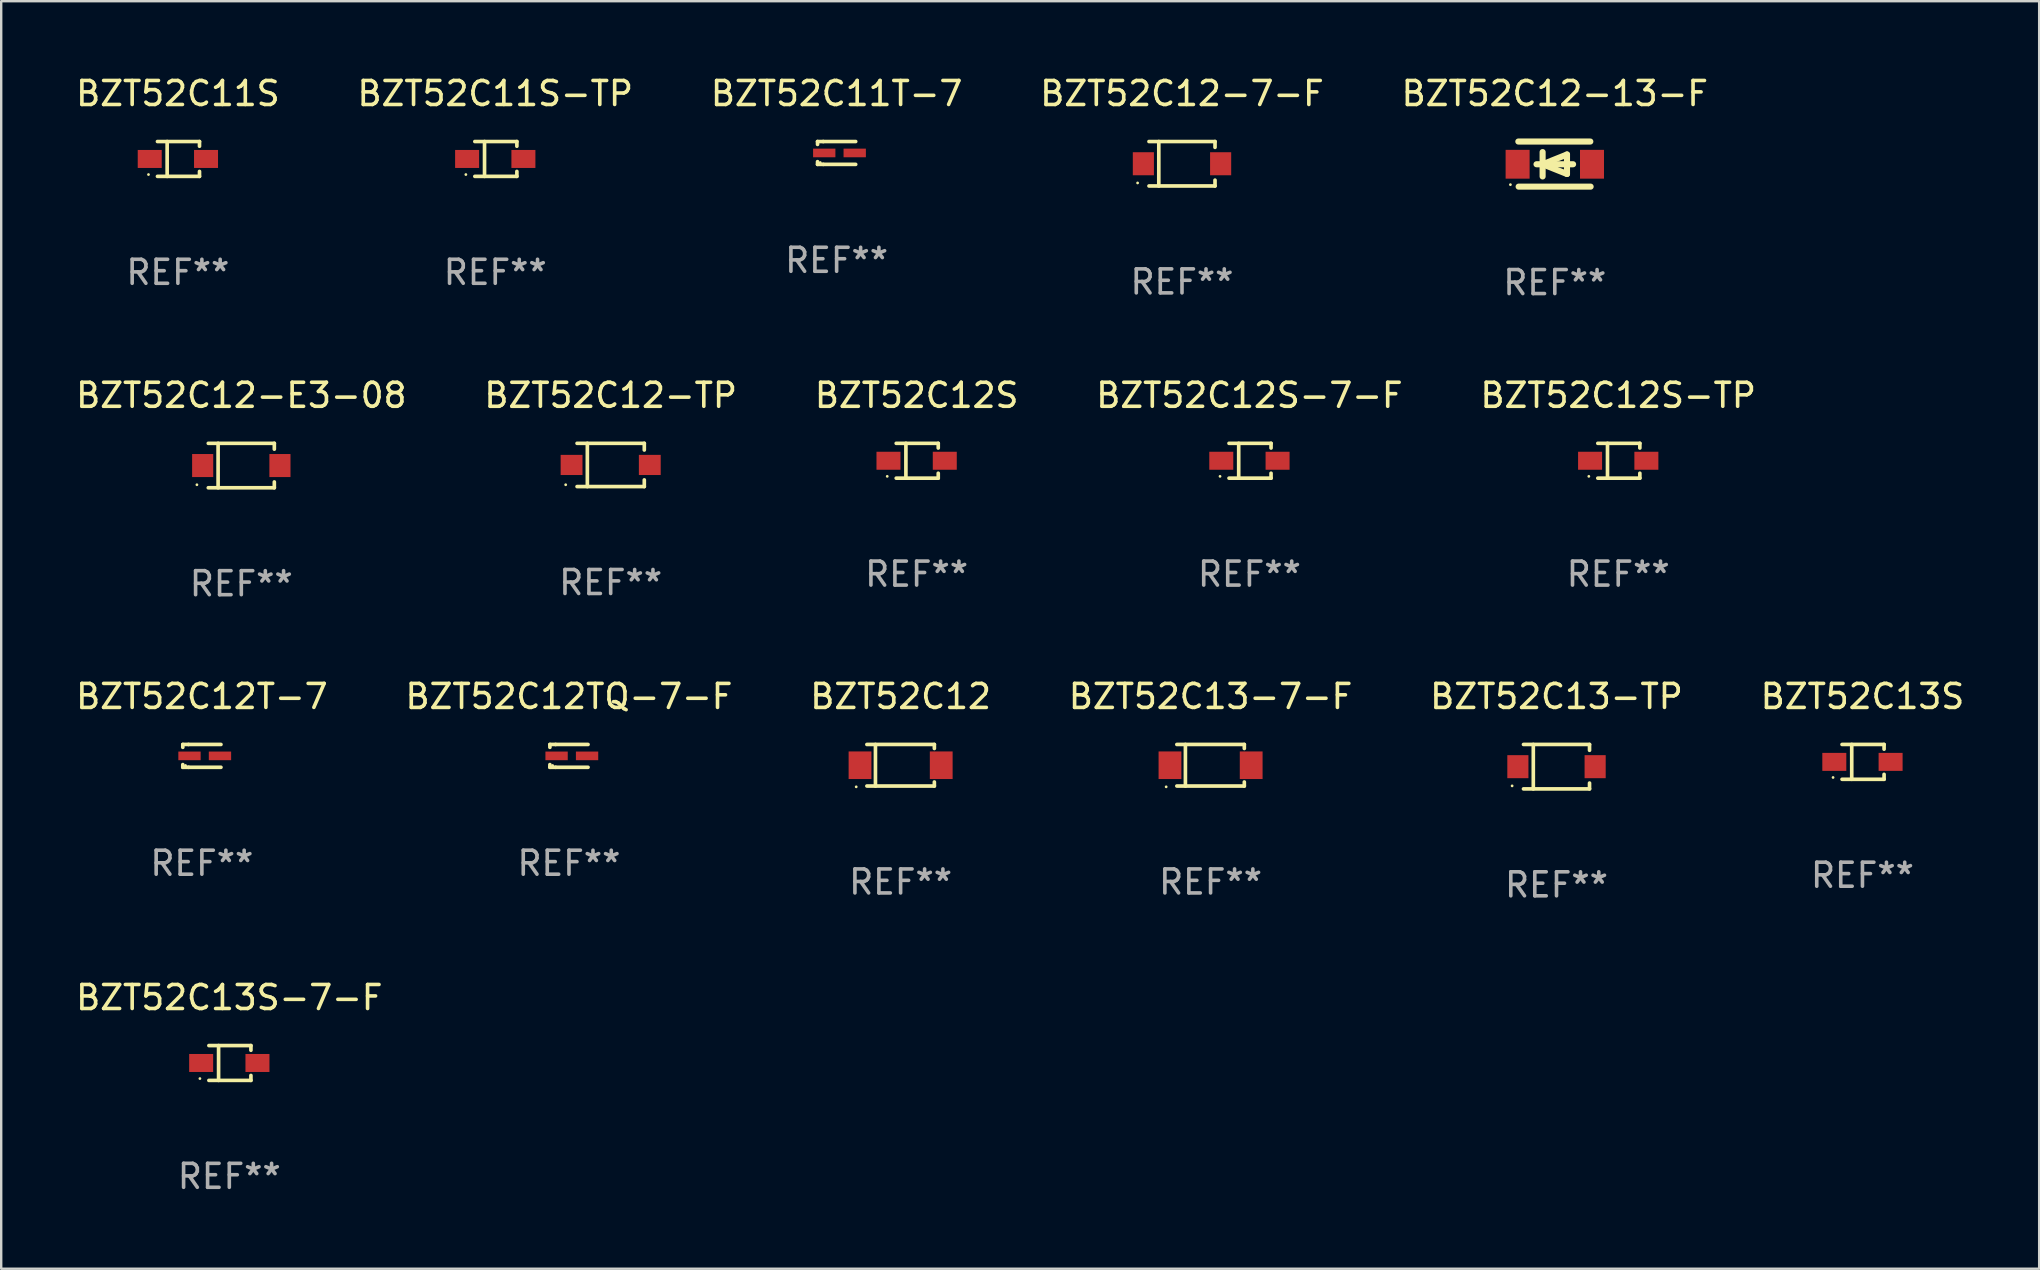
<source format=kicad_pcb>
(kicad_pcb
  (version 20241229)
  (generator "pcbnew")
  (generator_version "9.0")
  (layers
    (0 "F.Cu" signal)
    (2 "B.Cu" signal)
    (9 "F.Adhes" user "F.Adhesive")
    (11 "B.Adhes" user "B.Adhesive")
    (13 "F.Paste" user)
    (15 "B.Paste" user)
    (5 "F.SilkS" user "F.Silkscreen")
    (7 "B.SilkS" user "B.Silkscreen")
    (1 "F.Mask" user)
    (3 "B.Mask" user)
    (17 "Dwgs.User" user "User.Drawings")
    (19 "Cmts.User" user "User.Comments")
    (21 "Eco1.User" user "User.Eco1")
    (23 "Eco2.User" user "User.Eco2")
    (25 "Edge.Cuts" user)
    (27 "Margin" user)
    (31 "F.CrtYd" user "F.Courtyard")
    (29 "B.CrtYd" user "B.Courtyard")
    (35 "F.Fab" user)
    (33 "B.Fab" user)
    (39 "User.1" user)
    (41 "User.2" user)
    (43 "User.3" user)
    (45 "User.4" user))
  (footprint "BZT52C13-TP"
    (layer "F.Cu")
    (at 61.815 28.9)
    (property "Reference" "BZT52C13-TP" (at 0 -2.926 0) (layer "F.SilkS") (effects (font (size 1 1) (thickness 0.15))))
    (attr through_hole)
    (fp_line (start -1.376 -0.926) (end 1.376 -0.926) (stroke (width 0.152) (type solid)) (layer "F.SilkS"))
    (fp_line (start -1.376 0.926) (end 1.376 0.926) (stroke (width 0.152) (type solid)) (layer "F.SilkS"))
    (fp_line (start -0.967 -0.926) (end -0.967 0.926) (stroke (width 0.152) (type solid)) (layer "F.SilkS"))
    (fp_line (start 1.376 -0.926) (end 1.376 -0.683) (stroke (width 0.152) (type solid)) (layer "F.SilkS"))
    (fp_line (start 1.376 0.926) (end 1.376 0.683) (stroke (width 0.152) (type solid)) (layer "F.SilkS"))
    (fp_circle (center -1.85 0.8) (end -1.82 0.8) (stroke (width 0.06) (type solid)) (fill no) (layer "F.SilkS"))
    (fp_text user "REF**" (at 0 4.926 0) (layer "F.Fab") (effects (font (size 1 1) (thickness 0.15))))
    (pad "1" smd rect (at -1.61 0) (size 0.88 0.96) (layers "F.Cu" "F.Mask" "F.Paste"))
    (pad "2" smd rect (at 1.61 0) (size 0.88 0.96) (layers "F.Cu" "F.Mask" "F.Paste")))
  (footprint "BZT52C13S-7-F"
    (layer "F.Cu")
    (at 6.506 41.248)
    (property "Reference" "BZT52C13S-7-F" (at 0 -2.726 0) (layer "F.SilkS") (effects (font (size 1 1) (thickness 0.15))))
    (attr through_hole)
    (fp_line (start -0.851 -0.726) (end 0.901 -0.726) (stroke (width 0.152) (type solid)) (layer "F.SilkS"))
    (fp_line (start -0.851 0.726) (end 0.901 0.726) (stroke (width 0.152) (type solid)) (layer "F.SilkS"))
    (fp_line (start -0.447 -0.726) (end -0.447 0.726) (stroke (width 0.152) (type solid)) (layer "F.SilkS"))
    (fp_line (start 0.901 -0.726) (end 0.901 -0.53) (stroke (width 0.152) (type solid)) (layer "F.SilkS"))
    (fp_line (start 0.901 0.726) (end 0.901 0.52) (stroke (width 0.152) (type solid)) (layer "F.SilkS"))
    (fp_circle (center -1.225 0.65) (end -1.195 0.65) (stroke (width 0.06) (type solid)) (fill no) (layer "F.SilkS"))
    (fp_text user "REF**" (at 0 4.726 0) (layer "F.Fab") (effects (font (size 1 1) (thickness 0.15))))
    (pad "1" smd rect (at -1.173 0) (size 1 0.75) (layers "F.Cu" "F.Mask" "F.Paste"))
    (pad "2" smd rect (at 1.173 0) (size 1 0.75) (layers "F.Cu" "F.Mask" "F.Paste")))
  (footprint "BZT52C12T-7"
    (layer "F.Cu")
    (at 5.363 28.45)
    (property "Reference" "BZT52C12T-7" (at 0 -2.476 0) (layer "F.SilkS") (effects (font (size 1 1) (thickness 0.15))))
    (attr through_hole)
    (fp_line (start -0.795 -0.476) (end -0.795 -0.356) (stroke (width 0.152) (type solid)) (layer "F.SilkS"))
    (fp_line (start -0.795 0.363) (end -0.795 0.476) (stroke (width 0.152) (type solid)) (layer "F.SilkS"))
    (fp_line (start -0.795 0.476) (end -0.557 0.476) (stroke (width 0.152) (type solid)) (layer "F.SilkS"))
    (fp_line (start -0.557 -0.476) (end -0.795 -0.476) (stroke (width 0.152) (type solid)) (layer "F.SilkS"))
    (fp_line (start -0.557 -0.476) (end 0.795 -0.476) (stroke (width 0.152) (type solid)) (layer "F.SilkS"))
    (fp_line (start -0.557 0.476) (end 0.795 0.476) (stroke (width 0.152) (type solid)) (layer "F.SilkS"))
    (fp_circle (center -0.681 0.4) (end -0.651 0.4) (stroke (width 0.06) (type solid)) (fill no) (layer "F.SilkS"))
    (fp_text user "REF**" (at 0 4.476 0) (layer "F.Fab") (effects (font (size 1 1) (thickness 0.15))))
    (pad "1" smd rect (at -0.516 0 180) (size 0.93 0.36) (layers "F.Cu" "F.Mask" "F.Paste"))
    (pad "2" smd rect (at 0.754 0 180) (size 0.93 0.36) (layers "F.Cu" "F.Mask" "F.Paste")))
  (footprint "BZT52C11T-7"
    (layer "F.Cu")
    (at 31.815 3.324)
    (property "Reference" "BZT52C11T-7" (at 0 -2.476 0) (layer "F.SilkS") (effects (font (size 1 1) (thickness 0.15))))
    (attr through_hole)
    (fp_line (start -0.795 -0.476) (end -0.795 -0.356) (stroke (width 0.152) (type solid)) (layer "F.SilkS"))
    (fp_line (start -0.795 0.363) (end -0.795 0.476) (stroke (width 0.152) (type solid)) (layer "F.SilkS"))
    (fp_line (start -0.795 0.476) (end -0.557 0.476) (stroke (width 0.152) (type solid)) (layer "F.SilkS"))
    (fp_line (start -0.557 -0.476) (end -0.795 -0.476) (stroke (width 0.152) (type solid)) (layer "F.SilkS"))
    (fp_line (start -0.557 -0.476) (end 0.795 -0.476) (stroke (width 0.152) (type solid)) (layer "F.SilkS"))
    (fp_line (start -0.557 0.476) (end 0.795 0.476) (stroke (width 0.152) (type solid)) (layer "F.SilkS"))
    (fp_circle (center -0.681 0.4) (end -0.651 0.4) (stroke (width 0.06) (type solid)) (fill no) (layer "F.SilkS"))
    (fp_text user "REF**" (at 0 4.476 0) (layer "F.Fab") (effects (font (size 1 1) (thickness 0.15))))
    (pad "1" smd rect (at -0.516 0 180) (size 0.93 0.36) (layers "F.Cu" "F.Mask" "F.Paste"))
    (pad "2" smd rect (at 0.754 0 180) (size 0.93 0.36) (layers "F.Cu" "F.Mask" "F.Paste")))
  (footprint "BZT52C12-E3-08"
    (layer "F.Cu")
    (at 7.006 16.351)
    (property "Reference" "BZT52C12-E3-08" (at 0 -2.926 0) (layer "F.SilkS") (effects (font (size 1 1) (thickness 0.15))))
    (attr through_hole)
    (fp_line (start -1.376 -0.926) (end 1.376 -0.926) (stroke (width 0.152) (type solid)) (layer "F.SilkS"))
    (fp_line (start -1.376 0.926) (end 1.376 0.926) (stroke (width 0.152) (type solid)) (layer "F.SilkS"))
    (fp_line (start -0.967 -0.926) (end -0.967 0.926) (stroke (width 0.152) (type solid)) (layer "F.SilkS"))
    (fp_line (start 1.376 -0.926) (end 1.376 -0.683) (stroke (width 0.152) (type solid)) (layer "F.SilkS"))
    (fp_line (start 1.376 0.926) (end 1.376 0.683) (stroke (width 0.152) (type solid)) (layer "F.SilkS"))
    (fp_circle (center -1.85 0.8) (end -1.82 0.8) (stroke (width 0.06) (type solid)) (fill no) (layer "F.SilkS"))
    (fp_text user "REF**" (at 0 4.926 0) (layer "F.Fab") (effects (font (size 1 1) (thickness 0.15))))
    (pad "1" smd rect (at -1.61 0) (size 0.88 0.96) (layers "F.Cu" "F.Mask" "F.Paste"))
    (pad "2" smd rect (at 1.61 0) (size 0.88 0.96) (layers "F.Cu" "F.Mask" "F.Paste")))
  (footprint "BZT52C12-13-F"
    (layer "F.Cu")
    (at 61.744 3.788)
    (property "Reference" "BZT52C12-13-F" (at 0 -2.94 0) (layer "F.SilkS") (effects (font (size 1 1) (thickness 0.15))))
    (attr through_hole)
    (fp_line (start -1.52 -0.94) (end 1.48 -0.94) (stroke (width 0.254) (type solid)) (layer "F.SilkS"))
    (fp_line (start -1.507 0.94) (end 1.493 0.94) (stroke (width 0.254) (type solid)) (layer "F.SilkS"))
    (fp_line (start -0.762 0.007) (end 0.762 0.007) (stroke (width 0.254) (type solid)) (layer "F.SilkS"))
    (fp_line (start -0.508 -0.501) (end -0.508 0.515) (stroke (width 0.254) (type solid)) (layer "F.SilkS"))
    (fp_line (start -0.508 0.007) (end 0.508 -0.4) (stroke (width 0.254) (type solid)) (layer "F.SilkS"))
    (fp_line (start 0.508 -0.4) (end 0.508 0.413) (stroke (width 0.254) (type solid)) (layer "F.SilkS"))
    (fp_line (start 0.508 0.413) (end -0.508 0.007) (stroke (width 0.254) (type solid)) (layer "F.SilkS"))
    (fp_circle (center -1.85 0.857) (end -1.82 0.857) (stroke (width 0.06) (type solid)) (fill no) (layer "F.SilkS"))
    (fp_text user "REF**" (at 0 4.94 0) (layer "F.Fab") (effects (font (size 1 1) (thickness 0.15))))
    (pad "1" smd rect (at -1.55 0.007) (size 1 1.2) (layers "F.Cu" "F.Mask" "F.Paste"))
    (pad "2" smd rect (at 1.55 0.007) (size 1 1.2) (layers "F.Cu" "F.Mask" "F.Paste")))
  (footprint "BZT52C11S-TP"
    (layer "F.Cu")
    (at 17.589 3.574)
    (property "Reference" "BZT52C11S-TP" (at 0 -2.726 0) (layer "F.SilkS") (effects (font (size 1 1) (thickness 0.15))))
    (attr through_hole)
    (fp_line (start -0.851 -0.726) (end 0.901 -0.726) (stroke (width 0.152) (type solid)) (layer "F.SilkS"))
    (fp_line (start -0.851 0.726) (end 0.901 0.726) (stroke (width 0.152) (type solid)) (layer "F.SilkS"))
    (fp_line (start -0.447 -0.726) (end -0.447 0.726) (stroke (width 0.152) (type solid)) (layer "F.SilkS"))
    (fp_line (start 0.901 -0.726) (end 0.901 -0.53) (stroke (width 0.152) (type solid)) (layer "F.SilkS"))
    (fp_line (start 0.901 0.726) (end 0.901 0.52) (stroke (width 0.152) (type solid)) (layer "F.SilkS"))
    (fp_circle (center -1.225 0.65) (end -1.195 0.65) (stroke (width 0.06) (type solid)) (fill no) (layer "F.SilkS"))
    (fp_text user "REF**" (at 0 4.726 0) (layer "F.Fab") (effects (font (size 1 1) (thickness 0.15))))
    (pad "1" smd rect (at -1.173 0) (size 1 0.75) (layers "F.Cu" "F.Mask" "F.Paste"))
    (pad "2" smd rect (at 1.173 0) (size 1 0.75) (layers "F.Cu" "F.Mask" "F.Paste")))
  (footprint "BZT52C12S-7-F"
    (layer "F.Cu")
    (at 49.018 16.151)
    (property "Reference" "BZT52C12S-7-F" (at 0 -2.726 0) (layer "F.SilkS") (effects (font (size 1 1) (thickness 0.15))))
    (attr through_hole)
    (fp_line (start -0.851 -0.726) (end 0.901 -0.726) (stroke (width 0.152) (type solid)) (layer "F.SilkS"))
    (fp_line (start -0.851 0.726) (end 0.901 0.726) (stroke (width 0.152) (type solid)) (layer "F.SilkS"))
    (fp_line (start -0.447 -0.726) (end -0.447 0.726) (stroke (width 0.152) (type solid)) (layer "F.SilkS"))
    (fp_line (start 0.901 -0.726) (end 0.901 -0.53) (stroke (width 0.152) (type solid)) (layer "F.SilkS"))
    (fp_line (start 0.901 0.726) (end 0.901 0.52) (stroke (width 0.152) (type solid)) (layer "F.SilkS"))
    (fp_circle (center -1.225 0.65) (end -1.195 0.65) (stroke (width 0.06) (type solid)) (fill no) (layer "F.SilkS"))
    (fp_text user "REF**" (at 0 4.726 0) (layer "F.Fab") (effects (font (size 1 1) (thickness 0.15))))
    (pad "1" smd rect (at -1.173 0) (size 1 0.75) (layers "F.Cu" "F.Mask" "F.Paste"))
    (pad "2" smd rect (at 1.173 0) (size 1 0.75) (layers "F.Cu" "F.Mask" "F.Paste")))
  (footprint "BZT52C12-7-F"
    (layer "F.Cu")
    (at 46.208 3.774)
    (property "Reference" "BZT52C12-7-F" (at 0 -2.926 0) (layer "F.SilkS") (effects (font (size 1 1) (thickness 0.15))))
    (attr through_hole)
    (fp_line (start -1.376 -0.926) (end 1.376 -0.926) (stroke (width 0.152) (type solid)) (layer "F.SilkS"))
    (fp_line (start -1.376 0.926) (end 1.376 0.926) (stroke (width 0.152) (type solid)) (layer "F.SilkS"))
    (fp_line (start -0.967 -0.926) (end -0.967 0.926) (stroke (width 0.152) (type solid)) (layer "F.SilkS"))
    (fp_line (start 1.376 -0.926) (end 1.376 -0.683) (stroke (width 0.152) (type solid)) (layer "F.SilkS"))
    (fp_line (start 1.376 0.926) (end 1.376 0.683) (stroke (width 0.152) (type solid)) (layer "F.SilkS"))
    (fp_circle (center -1.85 0.8) (end -1.82 0.8) (stroke (width 0.06) (type solid)) (fill no) (layer "F.SilkS"))
    (fp_text user "REF**" (at 0 4.926 0) (layer "F.Fab") (effects (font (size 1 1) (thickness 0.15))))
    (pad "1" smd rect (at -1.61 0) (size 0.88 0.96) (layers "F.Cu" "F.Mask" "F.Paste"))
    (pad "2" smd rect (at 1.61 0) (size 0.88 0.96) (layers "F.Cu" "F.Mask" "F.Paste")))
  (footprint "BZT52C11S"
    (layer "F.Cu")
    (at 4.363 3.574)
    (property "Reference" "BZT52C11S" (at 0 -2.726 0) (layer "F.SilkS") (effects (font (size 1 1) (thickness 0.15))))
    (attr through_hole)
    (fp_line (start -0.851 -0.726) (end 0.901 -0.726) (stroke (width 0.152) (type solid)) (layer "F.SilkS"))
    (fp_line (start -0.851 0.726) (end 0.901 0.726) (stroke (width 0.152) (type solid)) (layer "F.SilkS"))
    (fp_line (start -0.447 -0.726) (end -0.447 0.726) (stroke (width 0.152) (type solid)) (layer "F.SilkS"))
    (fp_line (start 0.901 -0.726) (end 0.901 -0.53) (stroke (width 0.152) (type solid)) (layer "F.SilkS"))
    (fp_line (start 0.901 0.726) (end 0.901 0.52) (stroke (width 0.152) (type solid)) (layer "F.SilkS"))
    (fp_circle (center -1.225 0.65) (end -1.195 0.65) (stroke (width 0.06) (type solid)) (fill no) (layer "F.SilkS"))
    (fp_text user "REF**" (at 0 4.726 0) (layer "F.Fab") (effects (font (size 1 1) (thickness 0.15))))
    (pad "1" smd rect (at -1.173 0) (size 1 0.75) (layers "F.Cu" "F.Mask" "F.Paste"))
    (pad "2" smd rect (at 1.173 0) (size 1 0.75) (layers "F.Cu" "F.Mask" "F.Paste")))
  (footprint "BZT52C12S"
    (layer "F.Cu")
    (at 35.149 16.151)
    (property "Reference" "BZT52C12S" (at 0 -2.726 0) (layer "F.SilkS") (effects (font (size 1 1) (thickness 0.15))))
    (attr through_hole)
    (fp_line (start -0.851 -0.726) (end 0.901 -0.726) (stroke (width 0.152) (type solid)) (layer "F.SilkS"))
    (fp_line (start -0.851 0.726) (end 0.901 0.726) (stroke (width 0.152) (type solid)) (layer "F.SilkS"))
    (fp_line (start -0.447 -0.726) (end -0.447 0.726) (stroke (width 0.152) (type solid)) (layer "F.SilkS"))
    (fp_line (start 0.901 -0.726) (end 0.901 -0.53) (stroke (width 0.152) (type solid)) (layer "F.SilkS"))
    (fp_line (start 0.901 0.726) (end 0.901 0.52) (stroke (width 0.152) (type solid)) (layer "F.SilkS"))
    (fp_circle (center -1.225 0.65) (end -1.195 0.65) (stroke (width 0.06) (type solid)) (fill no) (layer "F.SilkS"))
    (fp_text user "REF**" (at 0 4.726 0) (layer "F.Fab") (effects (font (size 1 1) (thickness 0.15))))
    (pad "1" smd rect (at -1.173 0) (size 1 0.75) (layers "F.Cu" "F.Mask" "F.Paste"))
    (pad "2" smd rect (at 1.173 0) (size 1 0.75) (layers "F.Cu" "F.Mask" "F.Paste")))
  (footprint "BZT52C12TQ-7-F"
    (layer "F.Cu")
    (at 20.661 28.45)
    (property "Reference" "BZT52C12TQ-7-F" (at 0 -2.476 0) (layer "F.SilkS") (effects (font (size 1 1) (thickness 0.15))))
    (attr through_hole)
    (fp_line (start -0.795 -0.476) (end -0.795 -0.356) (stroke (width 0.152) (type solid)) (layer "F.SilkS"))
    (fp_line (start -0.795 0.363) (end -0.795 0.476) (stroke (width 0.152) (type solid)) (layer "F.SilkS"))
    (fp_line (start -0.795 0.476) (end -0.557 0.476) (stroke (width 0.152) (type solid)) (layer "F.SilkS"))
    (fp_line (start -0.557 -0.476) (end -0.795 -0.476) (stroke (width 0.152) (type solid)) (layer "F.SilkS"))
    (fp_line (start -0.557 -0.476) (end 0.795 -0.476) (stroke (width 0.152) (type solid)) (layer "F.SilkS"))
    (fp_line (start -0.557 0.476) (end 0.795 0.476) (stroke (width 0.152) (type solid)) (layer "F.SilkS"))
    (fp_circle (center -0.681 0.4) (end -0.651 0.4) (stroke (width 0.06) (type solid)) (fill no) (layer "F.SilkS"))
    (fp_text user "REF**" (at 0 4.476 0) (layer "F.Fab") (effects (font (size 1 1) (thickness 0.15))))
    (pad "1" smd rect (at -0.516 0 180) (size 0.93 0.36) (layers "F.Cu" "F.Mask" "F.Paste"))
    (pad "2" smd rect (at 0.754 0 180) (size 0.93 0.36) (layers "F.Cu" "F.Mask" "F.Paste")))
  (footprint "BZT52C12"
    (layer "F.Cu")
    (at 34.482 28.84)
    (property "Reference" "BZT52C12" (at 0 -2.866 0) (layer "F.SilkS") (effects (font (size 1 1) (thickness 0.15))))
    (attr through_hole)
    (fp_line (start -1.406 -0.866) (end 1.406 -0.866) (stroke (width 0.152) (type solid)) (layer "F.SilkS"))
    (fp_line (start -1.406 0.866) (end 1.406 0.866) (stroke (width 0.152) (type solid)) (layer "F.SilkS"))
    (fp_line (start -1.049 -0.866) (end -1.049 0.866) (stroke (width 0.152) (type solid)) (layer "F.SilkS"))
    (fp_line (start 1.406 -0.866) (end 1.406 -0.698) (stroke (width 0.152) (type solid)) (layer "F.SilkS"))
    (fp_line (start 1.406 0.866) (end 1.406 0.698) (stroke (width 0.152) (type solid)) (layer "F.SilkS"))
    (fp_circle (center -1.851 0.9) (end -1.821 0.9) (stroke (width 0.06) (type solid)) (fill no) (layer "F.SilkS"))
    (fp_text user "REF**" (at 0 4.866 0) (layer "F.Fab") (effects (font (size 1 1) (thickness 0.15))))
    (pad "1" smd rect (at -1.692 0) (size 0.95 1.15) (layers "F.Cu" "F.Mask" "F.Paste"))
    (pad "2" smd rect (at 1.692 0) (size 0.95 1.15) (layers "F.Cu" "F.Mask" "F.Paste")))
  (footprint "BZT52C12S-TP"
    (layer "F.Cu")
    (at 64.387 16.151)
    (property "Reference" "BZT52C12S-TP" (at 0 -2.726 0) (layer "F.SilkS") (effects (font (size 1 1) (thickness 0.15))))
    (attr through_hole)
    (fp_line (start -0.851 -0.726) (end 0.901 -0.726) (stroke (width 0.152) (type solid)) (layer "F.SilkS"))
    (fp_line (start -0.851 0.726) (end 0.901 0.726) (stroke (width 0.152) (type solid)) (layer "F.SilkS"))
    (fp_line (start -0.447 -0.726) (end -0.447 0.726) (stroke (width 0.152) (type solid)) (layer "F.SilkS"))
    (fp_line (start 0.901 -0.726) (end 0.901 -0.53) (stroke (width 0.152) (type solid)) (layer "F.SilkS"))
    (fp_line (start 0.901 0.726) (end 0.901 0.52) (stroke (width 0.152) (type solid)) (layer "F.SilkS"))
    (fp_circle (center -1.225 0.65) (end -1.195 0.65) (stroke (width 0.06) (type solid)) (fill no) (layer "F.SilkS"))
    (fp_text user "REF**" (at 0 4.726 0) (layer "F.Fab") (effects (font (size 1 1) (thickness 0.15))))
    (pad "1" smd rect (at -1.173 0) (size 1 0.75) (layers "F.Cu" "F.Mask" "F.Paste"))
    (pad "2" smd rect (at 1.173 0) (size 1 0.75) (layers "F.Cu" "F.Mask" "F.Paste")))
  (footprint "BZT52C13-7-F"
    (layer "F.Cu")
    (at 47.399 28.84)
    (property "Reference" "BZT52C13-7-F" (at 0 -2.866 0) (layer "F.SilkS") (effects (font (size 1 1) (thickness 0.15))))
    (attr through_hole)
    (fp_line (start -1.406 -0.866) (end 1.406 -0.866) (stroke (width 0.152) (type solid)) (layer "F.SilkS"))
    (fp_line (start -1.406 0.866) (end 1.406 0.866) (stroke (width 0.152) (type solid)) (layer "F.SilkS"))
    (fp_line (start -1.049 -0.866) (end -1.049 0.866) (stroke (width 0.152) (type solid)) (layer "F.SilkS"))
    (fp_line (start 1.406 -0.866) (end 1.406 -0.698) (stroke (width 0.152) (type solid)) (layer "F.SilkS"))
    (fp_line (start 1.406 0.866) (end 1.406 0.698) (stroke (width 0.152) (type solid)) (layer "F.SilkS"))
    (fp_circle (center -1.851 0.9) (end -1.821 0.9) (stroke (width 0.06) (type solid)) (fill no) (layer "F.SilkS"))
    (fp_text user "REF**" (at 0 4.866 0) (layer "F.Fab") (effects (font (size 1 1) (thickness 0.15))))
    (pad "1" smd rect (at -1.692 0) (size 0.95 1.15) (layers "F.Cu" "F.Mask" "F.Paste"))
    (pad "2" smd rect (at 1.692 0) (size 0.95 1.15) (layers "F.Cu" "F.Mask" "F.Paste")))
  (footprint "BZT52C12-TP"
    (layer "F.Cu")
    (at 22.399 16.326)
    (property "Reference" "BZT52C12-TP" (at 0 -2.901 0) (layer "F.SilkS") (effects (font (size 1 1) (thickness 0.15))))
    (attr through_hole)
    (fp_line (start -1.401 -0.901) (end 1.401 -0.901) (stroke (width 0.152) (type solid)) (layer "F.SilkS"))
    (fp_line (start -1.401 0.901) (end 1.401 0.901) (stroke (width 0.152) (type solid)) (layer "F.SilkS"))
    (fp_line (start -0.972 -0.901) (end -0.972 0.901) (stroke (width 0.152) (type solid)) (layer "F.SilkS"))
    (fp_line (start 1.401 -0.901) (end 1.401 -0.623) (stroke (width 0.152) (type solid)) (layer "F.SilkS"))
    (fp_line (start 1.401 0.901) (end 1.401 0.623) (stroke (width 0.152) (type solid)) (layer "F.SilkS"))
    (fp_circle (center -1.875 0.825) (end -1.845 0.825) (stroke (width 0.06) (type solid)) (fill no) (layer "F.SilkS"))
    (fp_text user "REF**" (at 0 4.901 0) (layer "F.Fab") (effects (font (size 1 1) (thickness 0.15))))
    (pad "1" smd rect (at -1.63 0 180) (size 0.91 0.84) (layers "F.Cu" "F.Mask" "F.Paste"))
    (pad "2" smd rect (at 1.63 0 180) (size 0.91 0.84) (layers "F.Cu" "F.Mask" "F.Paste")))
  (footprint "BZT52C13S"
    (layer "F.Cu")
    (at 74.565 28.7)
    (property "Reference" "BZT52C13S" (at 0 -2.726 0) (layer "F.SilkS") (effects (font (size 1 1) (thickness 0.15))))
    (attr through_hole)
    (fp_line (start -0.851 -0.726) (end 0.901 -0.726) (stroke (width 0.152) (type solid)) (layer "F.SilkS"))
    (fp_line (start -0.851 0.726) (end 0.901 0.726) (stroke (width 0.152) (type solid)) (layer "F.SilkS"))
    (fp_line (start -0.447 -0.726) (end -0.447 0.726) (stroke (width 0.152) (type solid)) (layer "F.SilkS"))
    (fp_line (start 0.901 -0.726) (end 0.901 -0.53) (stroke (width 0.152) (type solid)) (layer "F.SilkS"))
    (fp_line (start 0.901 0.726) (end 0.901 0.52) (stroke (width 0.152) (type solid)) (layer "F.SilkS"))
    (fp_circle (center -1.225 0.65) (end -1.195 0.65) (stroke (width 0.06) (type solid)) (fill no) (layer "F.SilkS"))
    (fp_text user "REF**" (at 0 4.726 0) (layer "F.Fab") (effects (font (size 1 1) (thickness 0.15))))
    (pad "1" smd rect (at -1.173 0) (size 1 0.75) (layers "F.Cu" "F.Mask" "F.Paste"))
    (pad "2" smd rect (at 1.173 0) (size 1 0.75) (layers "F.Cu" "F.Mask" "F.Paste")))
  (gr_rect
    (start -3 -3)
    (end 81.929 49.823)
    (stroke (width 0.1) (type default))
    (fill no)
    (layer "Edge.Cuts")))
</source>
